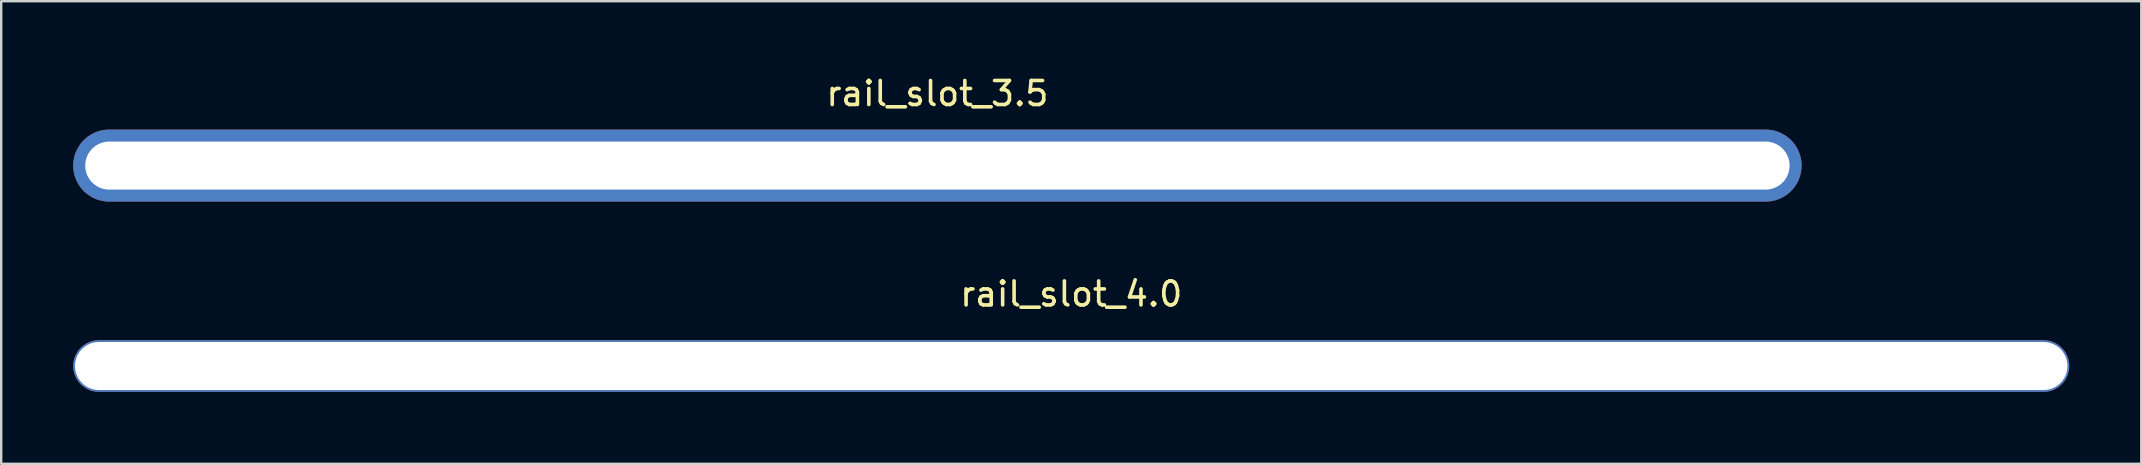
<source format=kicad_pcb>
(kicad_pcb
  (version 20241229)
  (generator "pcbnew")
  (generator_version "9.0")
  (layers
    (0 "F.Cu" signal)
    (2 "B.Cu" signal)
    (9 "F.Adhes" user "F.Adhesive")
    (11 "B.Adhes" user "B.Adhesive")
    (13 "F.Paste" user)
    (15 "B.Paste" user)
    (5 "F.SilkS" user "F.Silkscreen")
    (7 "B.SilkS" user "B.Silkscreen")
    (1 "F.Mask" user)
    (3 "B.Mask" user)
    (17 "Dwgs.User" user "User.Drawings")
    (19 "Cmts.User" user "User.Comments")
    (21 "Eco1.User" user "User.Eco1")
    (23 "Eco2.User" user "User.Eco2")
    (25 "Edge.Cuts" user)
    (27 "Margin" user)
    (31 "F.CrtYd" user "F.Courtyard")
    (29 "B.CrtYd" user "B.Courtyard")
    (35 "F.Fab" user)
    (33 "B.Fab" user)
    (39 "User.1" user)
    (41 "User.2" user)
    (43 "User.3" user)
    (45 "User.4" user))
  (footprint "rail_slot_4.0"
    (layer "F.Cu")
    (at 41.575 12.197)
    (property "Reference" "rail_slot_4.0" (at 0 -3 0) (unlocked yes) (layer "F.SilkS") (effects (font (size 1 1) (thickness 0.15))))
    (attr through_hole)
    (pad "1" thru_hole oval (at 0 0) (size 83.15 2.15) (drill oval 83 2) (layers "*.Cu" "*.Mask")))
  (footprint "rail_slot_3.5"
    (layer "F.Cu")
    (at 36 3.848)
    (property "Reference" "rail_slot_3.5" (at 0 -3 0) (unlocked yes) (layer "F.SilkS") (effects (font (size 1 1) (thickness 0.15))))
    (attr through_hole)
    (pad "1" thru_hole oval (at 0 0) (size 72 3) (drill oval 71 2) (layers "*.Cu" "B.Mask")))
  (gr_rect
    (start -3 -3)
    (end 86.15 16.271)
    (stroke (width 0.1) (type default))
    (fill no)
    (layer "Edge.Cuts")))
</source>
